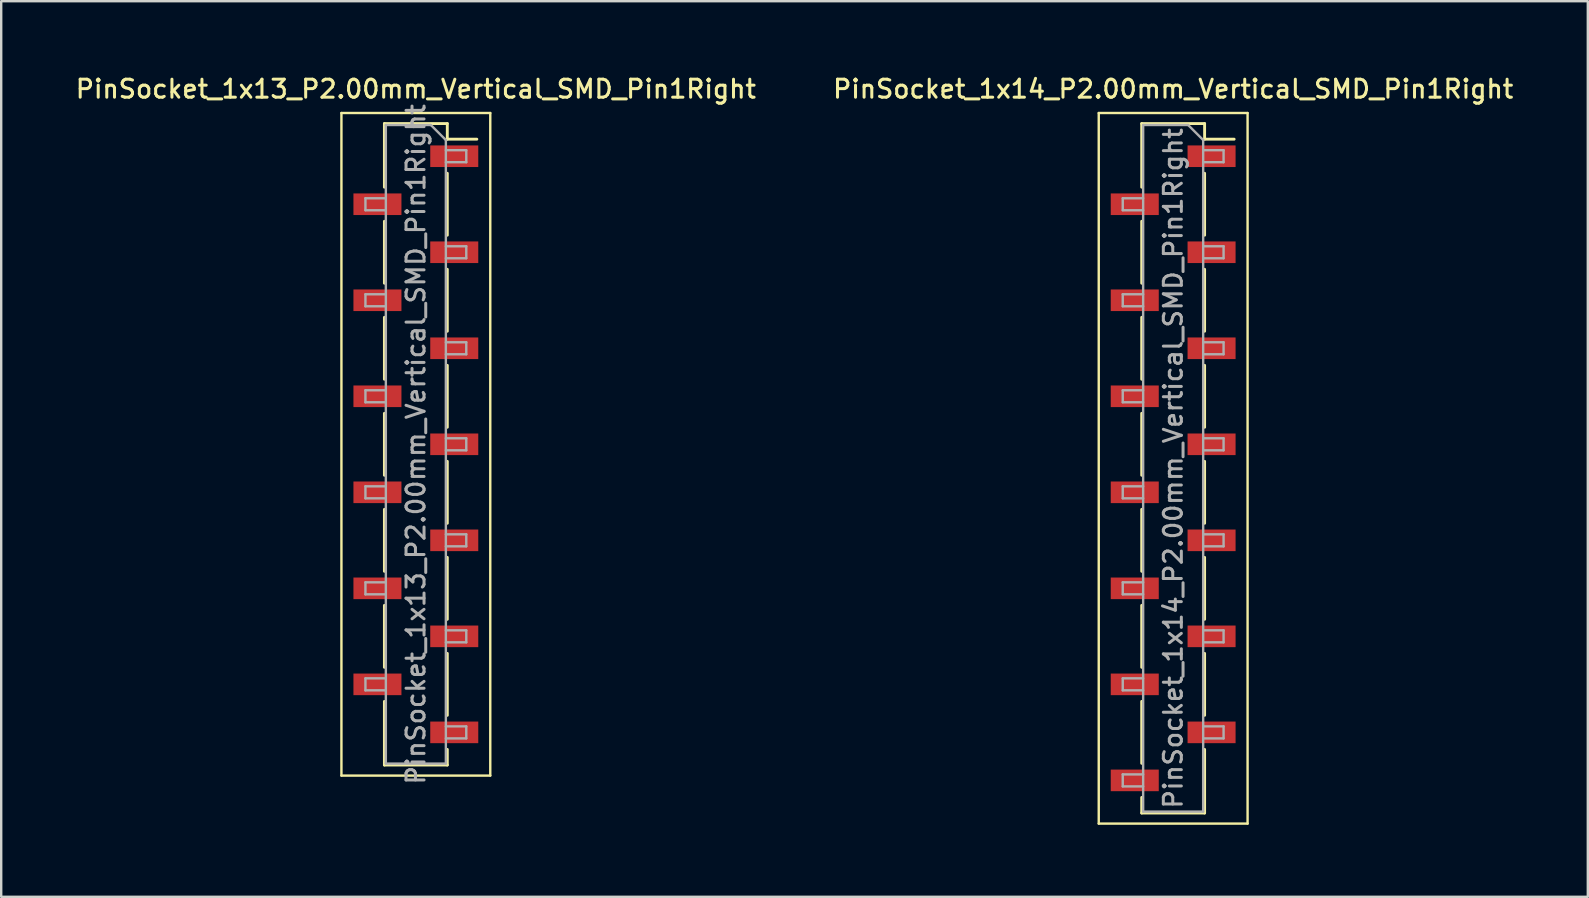
<source format=kicad_pcb>
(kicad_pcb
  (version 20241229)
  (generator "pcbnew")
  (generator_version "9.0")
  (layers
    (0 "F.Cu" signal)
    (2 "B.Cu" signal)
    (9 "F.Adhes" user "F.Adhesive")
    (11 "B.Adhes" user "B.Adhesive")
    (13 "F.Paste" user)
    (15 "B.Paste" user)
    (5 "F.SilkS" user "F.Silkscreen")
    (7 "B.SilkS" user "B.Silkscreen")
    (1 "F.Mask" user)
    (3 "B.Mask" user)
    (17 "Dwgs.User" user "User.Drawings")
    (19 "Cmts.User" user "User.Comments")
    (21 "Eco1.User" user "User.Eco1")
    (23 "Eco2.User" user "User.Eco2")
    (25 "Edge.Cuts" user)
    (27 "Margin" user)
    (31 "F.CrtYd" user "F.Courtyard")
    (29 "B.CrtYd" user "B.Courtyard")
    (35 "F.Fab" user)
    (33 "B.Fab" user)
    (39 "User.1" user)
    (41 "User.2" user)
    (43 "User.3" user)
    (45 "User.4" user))
  (footprint "PinSocket_1x14_P2.00mm_Vertical_SMD_Pin1Right"
    (layer "F.Cu")
    (at 45.82 16.458)
    (property "Reference" "PinSocket_1x14_P2.00mm_Vertical_SMD_Pin1Right" (at 0 -15.8 0) (layer "F.SilkS") (effects (font (size 0.75 0.75) (thickness 0.125))))
    (attr smd)
    (fp_line (start -3.1 -14.8) (end 3.1 -14.8) (stroke (width 0.1) (type solid)) (layer "F.SilkS"))
    (fp_line (start -3.1 14.8) (end -3.1 -14.8) (stroke (width 0.1) (type solid)) (layer "F.SilkS"))
    (fp_line (start -1.31 -14.36) (end -1.31 -11.71) (stroke (width 0.12) (type solid)) (layer "F.SilkS"))
    (fp_line (start -1.31 -14.36) (end 1.31 -14.36) (stroke (width 0.12) (type solid)) (layer "F.SilkS"))
    (fp_line (start -1.31 -10.29) (end -1.31 -7.71) (stroke (width 0.12) (type solid)) (layer "F.SilkS"))
    (fp_line (start -1.31 -6.29) (end -1.31 -3.71) (stroke (width 0.12) (type solid)) (layer "F.SilkS"))
    (fp_line (start -1.31 -2.29) (end -1.31 0.29) (stroke (width 0.12) (type solid)) (layer "F.SilkS"))
    (fp_line (start -1.31 1.71) (end -1.31 4.29) (stroke (width 0.12) (type solid)) (layer "F.SilkS"))
    (fp_line (start -1.31 5.71) (end -1.31 8.29) (stroke (width 0.12) (type solid)) (layer "F.SilkS"))
    (fp_line (start -1.31 9.71) (end -1.31 12.29) (stroke (width 0.12) (type solid)) (layer "F.SilkS"))
    (fp_line (start -1.31 13.71) (end -1.31 14.36) (stroke (width 0.12) (type solid)) (layer "F.SilkS"))
    (fp_line (start -1.31 14.36) (end 1.31 14.36) (stroke (width 0.12) (type solid)) (layer "F.SilkS"))
    (fp_line (start 1.31 -14.36) (end 1.31 -13.71) (stroke (width 0.12) (type solid)) (layer "F.SilkS"))
    (fp_line (start 1.31 -13.71) (end 2.54 -13.71) (stroke (width 0.12) (type solid)) (layer "F.SilkS"))
    (fp_line (start 1.31 -12.29) (end 1.31 -9.71) (stroke (width 0.12) (type solid)) (layer "F.SilkS"))
    (fp_line (start 1.31 -8.29) (end 1.31 -5.71) (stroke (width 0.12) (type solid)) (layer "F.SilkS"))
    (fp_line (start 1.31 -4.29) (end 1.31 -1.71) (stroke (width 0.12) (type solid)) (layer "F.SilkS"))
    (fp_line (start 1.31 -0.29) (end 1.31 2.29) (stroke (width 0.12) (type solid)) (layer "F.SilkS"))
    (fp_line (start 1.31 3.71) (end 1.31 6.29) (stroke (width 0.12) (type solid)) (layer "F.SilkS"))
    (fp_line (start 1.31 7.71) (end 1.31 10.29) (stroke (width 0.12) (type solid)) (layer "F.SilkS"))
    (fp_line (start 1.31 11.71) (end 1.31 14.36) (stroke (width 0.12) (type solid)) (layer "F.SilkS"))
    (fp_line (start 3.1 -14.8) (end 3.1 14.8) (stroke (width 0.1) (type solid)) (layer "F.SilkS"))
    (fp_line (start 3.1 14.8) (end -3.1 14.8) (stroke (width 0.1) (type solid)) (layer "F.SilkS"))
    (fp_line (start -2.1 -11.25) (end -1.25 -11.25) (stroke (width 0.1) (type solid)) (layer "F.Fab"))
    (fp_line (start -2.1 -10.75) (end -2.1 -11.25) (stroke (width 0.1) (type solid)) (layer "F.Fab"))
    (fp_line (start -2.1 -7.25) (end -1.25 -7.25) (stroke (width 0.1) (type solid)) (layer "F.Fab"))
    (fp_line (start -2.1 -6.75) (end -2.1 -7.25) (stroke (width 0.1) (type solid)) (layer "F.Fab"))
    (fp_line (start -2.1 -3.25) (end -1.25 -3.25) (stroke (width 0.1) (type solid)) (layer "F.Fab"))
    (fp_line (start -2.1 -2.75) (end -2.1 -3.25) (stroke (width 0.1) (type solid)) (layer "F.Fab"))
    (fp_line (start -2.1 0.75) (end -1.25 0.75) (stroke (width 0.1) (type solid)) (layer "F.Fab"))
    (fp_line (start -2.1 1.25) (end -2.1 0.75) (stroke (width 0.1) (type solid)) (layer "F.Fab"))
    (fp_line (start -2.1 4.75) (end -1.25 4.75) (stroke (width 0.1) (type solid)) (layer "F.Fab"))
    (fp_line (start -2.1 5.25) (end -2.1 4.75) (stroke (width 0.1) (type solid)) (layer "F.Fab"))
    (fp_line (start -2.1 8.75) (end -1.25 8.75) (stroke (width 0.1) (type solid)) (layer "F.Fab"))
    (fp_line (start -2.1 9.25) (end -2.1 8.75) (stroke (width 0.1) (type solid)) (layer "F.Fab"))
    (fp_line (start -2.1 12.75) (end -1.25 12.75) (stroke (width 0.1) (type solid)) (layer "F.Fab"))
    (fp_line (start -2.1 13.25) (end -2.1 12.75) (stroke (width 0.1) (type solid)) (layer "F.Fab"))
    (fp_line (start -1.25 -14.3) (end 0.625 -14.3) (stroke (width 0.1) (type solid)) (layer "F.Fab"))
    (fp_line (start -1.25 -10.75) (end -2.1 -10.75) (stroke (width 0.1) (type solid)) (layer "F.Fab"))
    (fp_line (start -1.25 -6.75) (end -2.1 -6.75) (stroke (width 0.1) (type solid)) (layer "F.Fab"))
    (fp_line (start -1.25 -2.75) (end -2.1 -2.75) (stroke (width 0.1) (type solid)) (layer "F.Fab"))
    (fp_line (start -1.25 1.25) (end -2.1 1.25) (stroke (width 0.1) (type solid)) (layer "F.Fab"))
    (fp_line (start -1.25 5.25) (end -2.1 5.25) (stroke (width 0.1) (type solid)) (layer "F.Fab"))
    (fp_line (start -1.25 9.25) (end -2.1 9.25) (stroke (width 0.1) (type solid)) (layer "F.Fab"))
    (fp_line (start -1.25 13.25) (end -2.1 13.25) (stroke (width 0.1) (type solid)) (layer "F.Fab"))
    (fp_line (start -1.25 14.3) (end -1.25 -14.3) (stroke (width 0.1) (type solid)) (layer "F.Fab"))
    (fp_line (start 0.625 -14.3) (end 1.25 -13.675) (stroke (width 0.1) (type solid)) (layer "F.Fab"))
    (fp_line (start 1.25 -13.675) (end 1.25 14.3) (stroke (width 0.1) (type solid)) (layer "F.Fab"))
    (fp_line (start 1.25 -13.25) (end 2.1 -13.25) (stroke (width 0.1) (type solid)) (layer "F.Fab"))
    (fp_line (start 1.25 -9.25) (end 2.1 -9.25) (stroke (width 0.1) (type solid)) (layer "F.Fab"))
    (fp_line (start 1.25 -5.25) (end 2.1 -5.25) (stroke (width 0.1) (type solid)) (layer "F.Fab"))
    (fp_line (start 1.25 -1.25) (end 2.1 -1.25) (stroke (width 0.1) (type solid)) (layer "F.Fab"))
    (fp_line (start 1.25 2.75) (end 2.1 2.75) (stroke (width 0.1) (type solid)) (layer "F.Fab"))
    (fp_line (start 1.25 6.75) (end 2.1 6.75) (stroke (width 0.1) (type solid)) (layer "F.Fab"))
    (fp_line (start 1.25 10.75) (end 2.1 10.75) (stroke (width 0.1) (type solid)) (layer "F.Fab"))
    (fp_line (start 1.25 14.3) (end -1.25 14.3) (stroke (width 0.1) (type solid)) (layer "F.Fab"))
    (fp_line (start 2.1 -13.25) (end 2.1 -12.75) (stroke (width 0.1) (type solid)) (layer "F.Fab"))
    (fp_line (start 2.1 -12.75) (end 1.25 -12.75) (stroke (width 0.1) (type solid)) (layer "F.Fab"))
    (fp_line (start 2.1 -9.25) (end 2.1 -8.75) (stroke (width 0.1) (type solid)) (layer "F.Fab"))
    (fp_line (start 2.1 -8.75) (end 1.25 -8.75) (stroke (width 0.1) (type solid)) (layer "F.Fab"))
    (fp_line (start 2.1 -5.25) (end 2.1 -4.75) (stroke (width 0.1) (type solid)) (layer "F.Fab"))
    (fp_line (start 2.1 -4.75) (end 1.25 -4.75) (stroke (width 0.1) (type solid)) (layer "F.Fab"))
    (fp_line (start 2.1 -1.25) (end 2.1 -0.75) (stroke (width 0.1) (type solid)) (layer "F.Fab"))
    (fp_line (start 2.1 -0.75) (end 1.25 -0.75) (stroke (width 0.1) (type solid)) (layer "F.Fab"))
    (fp_line (start 2.1 2.75) (end 2.1 3.25) (stroke (width 0.1) (type solid)) (layer "F.Fab"))
    (fp_line (start 2.1 3.25) (end 1.25 3.25) (stroke (width 0.1) (type solid)) (layer "F.Fab"))
    (fp_line (start 2.1 6.75) (end 2.1 7.25) (stroke (width 0.1) (type solid)) (layer "F.Fab"))
    (fp_line (start 2.1 7.25) (end 1.25 7.25) (stroke (width 0.1) (type solid)) (layer "F.Fab"))
    (fp_line (start 2.1 10.75) (end 2.1 11.25) (stroke (width 0.1) (type solid)) (layer "F.Fab"))
    (fp_line (start 2.1 11.25) (end 1.25 11.25) (stroke (width 0.1) (type solid)) (layer "F.Fab"))
    (fp_text user "${REFERENCE}" (at 0 0 90) (layer "F.Fab") (effects (font (size 0.75 0.75) (thickness 0.125))))
    (pad "1" smd rect (at 1.6 -13) (size 2 0.9) (layers "F.Cu" "F.Mask" "F.Paste"))
    (pad "2" smd rect (at -1.6 -11) (size 2 0.9) (layers "F.Cu" "F.Mask" "F.Paste"))
    (pad "3" smd rect (at 1.6 -9) (size 2 0.9) (layers "F.Cu" "F.Mask" "F.Paste"))
    (pad "4" smd rect (at -1.6 -7) (size 2 0.9) (layers "F.Cu" "F.Mask" "F.Paste"))
    (pad "5" smd rect (at 1.6 -5) (size 2 0.9) (layers "F.Cu" "F.Mask" "F.Paste"))
    (pad "6" smd rect (at -1.6 -3) (size 2 0.9) (layers "F.Cu" "F.Mask" "F.Paste"))
    (pad "7" smd rect (at 1.6 -1) (size 2 0.9) (layers "F.Cu" "F.Mask" "F.Paste"))
    (pad "8" smd rect (at -1.6 1) (size 2 0.9) (layers "F.Cu" "F.Mask" "F.Paste"))
    (pad "9" smd rect (at 1.6 3) (size 2 0.9) (layers "F.Cu" "F.Mask" "F.Paste"))
    (pad "10" smd rect (at -1.6 5) (size 2 0.9) (layers "F.Cu" "F.Mask" "F.Paste"))
    (pad "11" smd rect (at 1.6 7) (size 2 0.9) (layers "F.Cu" "F.Mask" "F.Paste"))
    (pad "12" smd rect (at -1.6 9) (size 2 0.9) (layers "F.Cu" "F.Mask" "F.Paste"))
    (pad "13" smd rect (at 1.6 11) (size 2 0.9) (layers "F.Cu" "F.Mask" "F.Paste"))
    (pad "14" smd rect (at -1.6 13) (size 2 0.9) (layers "F.Cu" "F.Mask" "F.Paste")))
  (footprint "PinSocket_1x13_P2.00mm_Vertical_SMD_Pin1Right"
    (layer "F.Cu")
    (at 14.273 15.458)
    (property "Reference" "PinSocket_1x13_P2.00mm_Vertical_SMD_Pin1Right" (at 0 -14.8 0) (layer "F.SilkS") (effects (font (size 0.75 0.75) (thickness 0.125))))
    (attr smd)
    (fp_line (start -3.1 -13.8) (end 3.1 -13.8) (stroke (width 0.1) (type solid)) (layer "F.SilkS"))
    (fp_line (start -3.1 13.8) (end -3.1 -13.8) (stroke (width 0.1) (type solid)) (layer "F.SilkS"))
    (fp_line (start -1.31 -13.36) (end -1.31 -10.71) (stroke (width 0.12) (type solid)) (layer "F.SilkS"))
    (fp_line (start -1.31 -13.36) (end 1.31 -13.36) (stroke (width 0.12) (type solid)) (layer "F.SilkS"))
    (fp_line (start -1.31 -9.29) (end -1.31 -6.71) (stroke (width 0.12) (type solid)) (layer "F.SilkS"))
    (fp_line (start -1.31 -5.29) (end -1.31 -2.71) (stroke (width 0.12) (type solid)) (layer "F.SilkS"))
    (fp_line (start -1.31 -1.29) (end -1.31 1.29) (stroke (width 0.12) (type solid)) (layer "F.SilkS"))
    (fp_line (start -1.31 2.71) (end -1.31 5.29) (stroke (width 0.12) (type solid)) (layer "F.SilkS"))
    (fp_line (start -1.31 6.71) (end -1.31 9.29) (stroke (width 0.12) (type solid)) (layer "F.SilkS"))
    (fp_line (start -1.31 10.71) (end -1.31 13.36) (stroke (width 0.12) (type solid)) (layer "F.SilkS"))
    (fp_line (start -1.31 13.36) (end 1.31 13.36) (stroke (width 0.12) (type solid)) (layer "F.SilkS"))
    (fp_line (start 1.31 -13.36) (end 1.31 -12.71) (stroke (width 0.12) (type solid)) (layer "F.SilkS"))
    (fp_line (start 1.31 -12.71) (end 2.54 -12.71) (stroke (width 0.12) (type solid)) (layer "F.SilkS"))
    (fp_line (start 1.31 -11.29) (end 1.31 -8.71) (stroke (width 0.12) (type solid)) (layer "F.SilkS"))
    (fp_line (start 1.31 -7.29) (end 1.31 -4.71) (stroke (width 0.12) (type solid)) (layer "F.SilkS"))
    (fp_line (start 1.31 -3.29) (end 1.31 -0.71) (stroke (width 0.12) (type solid)) (layer "F.SilkS"))
    (fp_line (start 1.31 0.71) (end 1.31 3.29) (stroke (width 0.12) (type solid)) (layer "F.SilkS"))
    (fp_line (start 1.31 4.71) (end 1.31 7.29) (stroke (width 0.12) (type solid)) (layer "F.SilkS"))
    (fp_line (start 1.31 8.71) (end 1.31 11.29) (stroke (width 0.12) (type solid)) (layer "F.SilkS"))
    (fp_line (start 1.31 12.71) (end 1.31 13.36) (stroke (width 0.12) (type solid)) (layer "F.SilkS"))
    (fp_line (start 3.1 -13.8) (end 3.1 13.8) (stroke (width 0.1) (type solid)) (layer "F.SilkS"))
    (fp_line (start 3.1 13.8) (end -3.1 13.8) (stroke (width 0.1) (type solid)) (layer "F.SilkS"))
    (fp_line (start -2.1 -10.25) (end -1.25 -10.25) (stroke (width 0.1) (type solid)) (layer "F.Fab"))
    (fp_line (start -2.1 -9.75) (end -2.1 -10.25) (stroke (width 0.1) (type solid)) (layer "F.Fab"))
    (fp_line (start -2.1 -6.25) (end -1.25 -6.25) (stroke (width 0.1) (type solid)) (layer "F.Fab"))
    (fp_line (start -2.1 -5.75) (end -2.1 -6.25) (stroke (width 0.1) (type solid)) (layer "F.Fab"))
    (fp_line (start -2.1 -2.25) (end -1.25 -2.25) (stroke (width 0.1) (type solid)) (layer "F.Fab"))
    (fp_line (start -2.1 -1.75) (end -2.1 -2.25) (stroke (width 0.1) (type solid)) (layer "F.Fab"))
    (fp_line (start -2.1 1.75) (end -1.25 1.75) (stroke (width 0.1) (type solid)) (layer "F.Fab"))
    (fp_line (start -2.1 2.25) (end -2.1 1.75) (stroke (width 0.1) (type solid)) (layer "F.Fab"))
    (fp_line (start -2.1 5.75) (end -1.25 5.75) (stroke (width 0.1) (type solid)) (layer "F.Fab"))
    (fp_line (start -2.1 6.25) (end -2.1 5.75) (stroke (width 0.1) (type solid)) (layer "F.Fab"))
    (fp_line (start -2.1 9.75) (end -1.25 9.75) (stroke (width 0.1) (type solid)) (layer "F.Fab"))
    (fp_line (start -2.1 10.25) (end -2.1 9.75) (stroke (width 0.1) (type solid)) (layer "F.Fab"))
    (fp_line (start -1.25 -13.3) (end 0.625 -13.3) (stroke (width 0.1) (type solid)) (layer "F.Fab"))
    (fp_line (start -1.25 -9.75) (end -2.1 -9.75) (stroke (width 0.1) (type solid)) (layer "F.Fab"))
    (fp_line (start -1.25 -5.75) (end -2.1 -5.75) (stroke (width 0.1) (type solid)) (layer "F.Fab"))
    (fp_line (start -1.25 -1.75) (end -2.1 -1.75) (stroke (width 0.1) (type solid)) (layer "F.Fab"))
    (fp_line (start -1.25 2.25) (end -2.1 2.25) (stroke (width 0.1) (type solid)) (layer "F.Fab"))
    (fp_line (start -1.25 6.25) (end -2.1 6.25) (stroke (width 0.1) (type solid)) (layer "F.Fab"))
    (fp_line (start -1.25 10.25) (end -2.1 10.25) (stroke (width 0.1) (type solid)) (layer "F.Fab"))
    (fp_line (start -1.25 13.3) (end -1.25 -13.3) (stroke (width 0.1) (type solid)) (layer "F.Fab"))
    (fp_line (start 0.625 -13.3) (end 1.25 -12.675) (stroke (width 0.1) (type solid)) (layer "F.Fab"))
    (fp_line (start 1.25 -12.675) (end 1.25 13.3) (stroke (width 0.1) (type solid)) (layer "F.Fab"))
    (fp_line (start 1.25 -12.25) (end 2.1 -12.25) (stroke (width 0.1) (type solid)) (layer "F.Fab"))
    (fp_line (start 1.25 -8.25) (end 2.1 -8.25) (stroke (width 0.1) (type solid)) (layer "F.Fab"))
    (fp_line (start 1.25 -4.25) (end 2.1 -4.25) (stroke (width 0.1) (type solid)) (layer "F.Fab"))
    (fp_line (start 1.25 -0.25) (end 2.1 -0.25) (stroke (width 0.1) (type solid)) (layer "F.Fab"))
    (fp_line (start 1.25 3.75) (end 2.1 3.75) (stroke (width 0.1) (type solid)) (layer "F.Fab"))
    (fp_line (start 1.25 7.75) (end 2.1 7.75) (stroke (width 0.1) (type solid)) (layer "F.Fab"))
    (fp_line (start 1.25 11.75) (end 2.1 11.75) (stroke (width 0.1) (type solid)) (layer "F.Fab"))
    (fp_line (start 1.25 13.3) (end -1.25 13.3) (stroke (width 0.1) (type solid)) (layer "F.Fab"))
    (fp_line (start 2.1 -12.25) (end 2.1 -11.75) (stroke (width 0.1) (type solid)) (layer "F.Fab"))
    (fp_line (start 2.1 -11.75) (end 1.25 -11.75) (stroke (width 0.1) (type solid)) (layer "F.Fab"))
    (fp_line (start 2.1 -8.25) (end 2.1 -7.75) (stroke (width 0.1) (type solid)) (layer "F.Fab"))
    (fp_line (start 2.1 -7.75) (end 1.25 -7.75) (stroke (width 0.1) (type solid)) (layer "F.Fab"))
    (fp_line (start 2.1 -4.25) (end 2.1 -3.75) (stroke (width 0.1) (type solid)) (layer "F.Fab"))
    (fp_line (start 2.1 -3.75) (end 1.25 -3.75) (stroke (width 0.1) (type solid)) (layer "F.Fab"))
    (fp_line (start 2.1 -0.25) (end 2.1 0.25) (stroke (width 0.1) (type solid)) (layer "F.Fab"))
    (fp_line (start 2.1 0.25) (end 1.25 0.25) (stroke (width 0.1) (type solid)) (layer "F.Fab"))
    (fp_line (start 2.1 3.75) (end 2.1 4.25) (stroke (width 0.1) (type solid)) (layer "F.Fab"))
    (fp_line (start 2.1 4.25) (end 1.25 4.25) (stroke (width 0.1) (type solid)) (layer "F.Fab"))
    (fp_line (start 2.1 7.75) (end 2.1 8.25) (stroke (width 0.1) (type solid)) (layer "F.Fab"))
    (fp_line (start 2.1 8.25) (end 1.25 8.25) (stroke (width 0.1) (type solid)) (layer "F.Fab"))
    (fp_line (start 2.1 11.75) (end 2.1 12.25) (stroke (width 0.1) (type solid)) (layer "F.Fab"))
    (fp_line (start 2.1 12.25) (end 1.25 12.25) (stroke (width 0.1) (type solid)) (layer "F.Fab"))
    (fp_text user "${REFERENCE}" (at 0 0 90) (layer "F.Fab") (effects (font (size 0.75 0.75) (thickness 0.125))))
    (pad "1" smd rect (at 1.6 -12) (size 2 0.9) (layers "F.Cu" "F.Mask" "F.Paste"))
    (pad "2" smd rect (at -1.6 -10) (size 2 0.9) (layers "F.Cu" "F.Mask" "F.Paste"))
    (pad "3" smd rect (at 1.6 -8) (size 2 0.9) (layers "F.Cu" "F.Mask" "F.Paste"))
    (pad "4" smd rect (at -1.6 -6) (size 2 0.9) (layers "F.Cu" "F.Mask" "F.Paste"))
    (pad "5" smd rect (at 1.6 -4) (size 2 0.9) (layers "F.Cu" "F.Mask" "F.Paste"))
    (pad "6" smd rect (at -1.6 -2) (size 2 0.9) (layers "F.Cu" "F.Mask" "F.Paste"))
    (pad "7" smd rect (at 1.6 0) (size 2 0.9) (layers "F.Cu" "F.Mask" "F.Paste"))
    (pad "8" smd rect (at -1.6 2) (size 2 0.9) (layers "F.Cu" "F.Mask" "F.Paste"))
    (pad "9" smd rect (at 1.6 4) (size 2 0.9) (layers "F.Cu" "F.Mask" "F.Paste"))
    (pad "10" smd rect (at -1.6 6) (size 2 0.9) (layers "F.Cu" "F.Mask" "F.Paste"))
    (pad "11" smd rect (at 1.6 8) (size 2 0.9) (layers "F.Cu" "F.Mask" "F.Paste"))
    (pad "12" smd rect (at -1.6 10) (size 2 0.9) (layers "F.Cu" "F.Mask" "F.Paste"))
    (pad "13" smd rect (at 1.6 12) (size 2 0.9) (layers "F.Cu" "F.Mask" "F.Paste")))
  (gr_rect
    (start -3 -3)
    (end 63.093 34.308)
    (stroke (width 0.1) (type default))
    (fill no)
    (layer "Edge.Cuts")))
</source>
